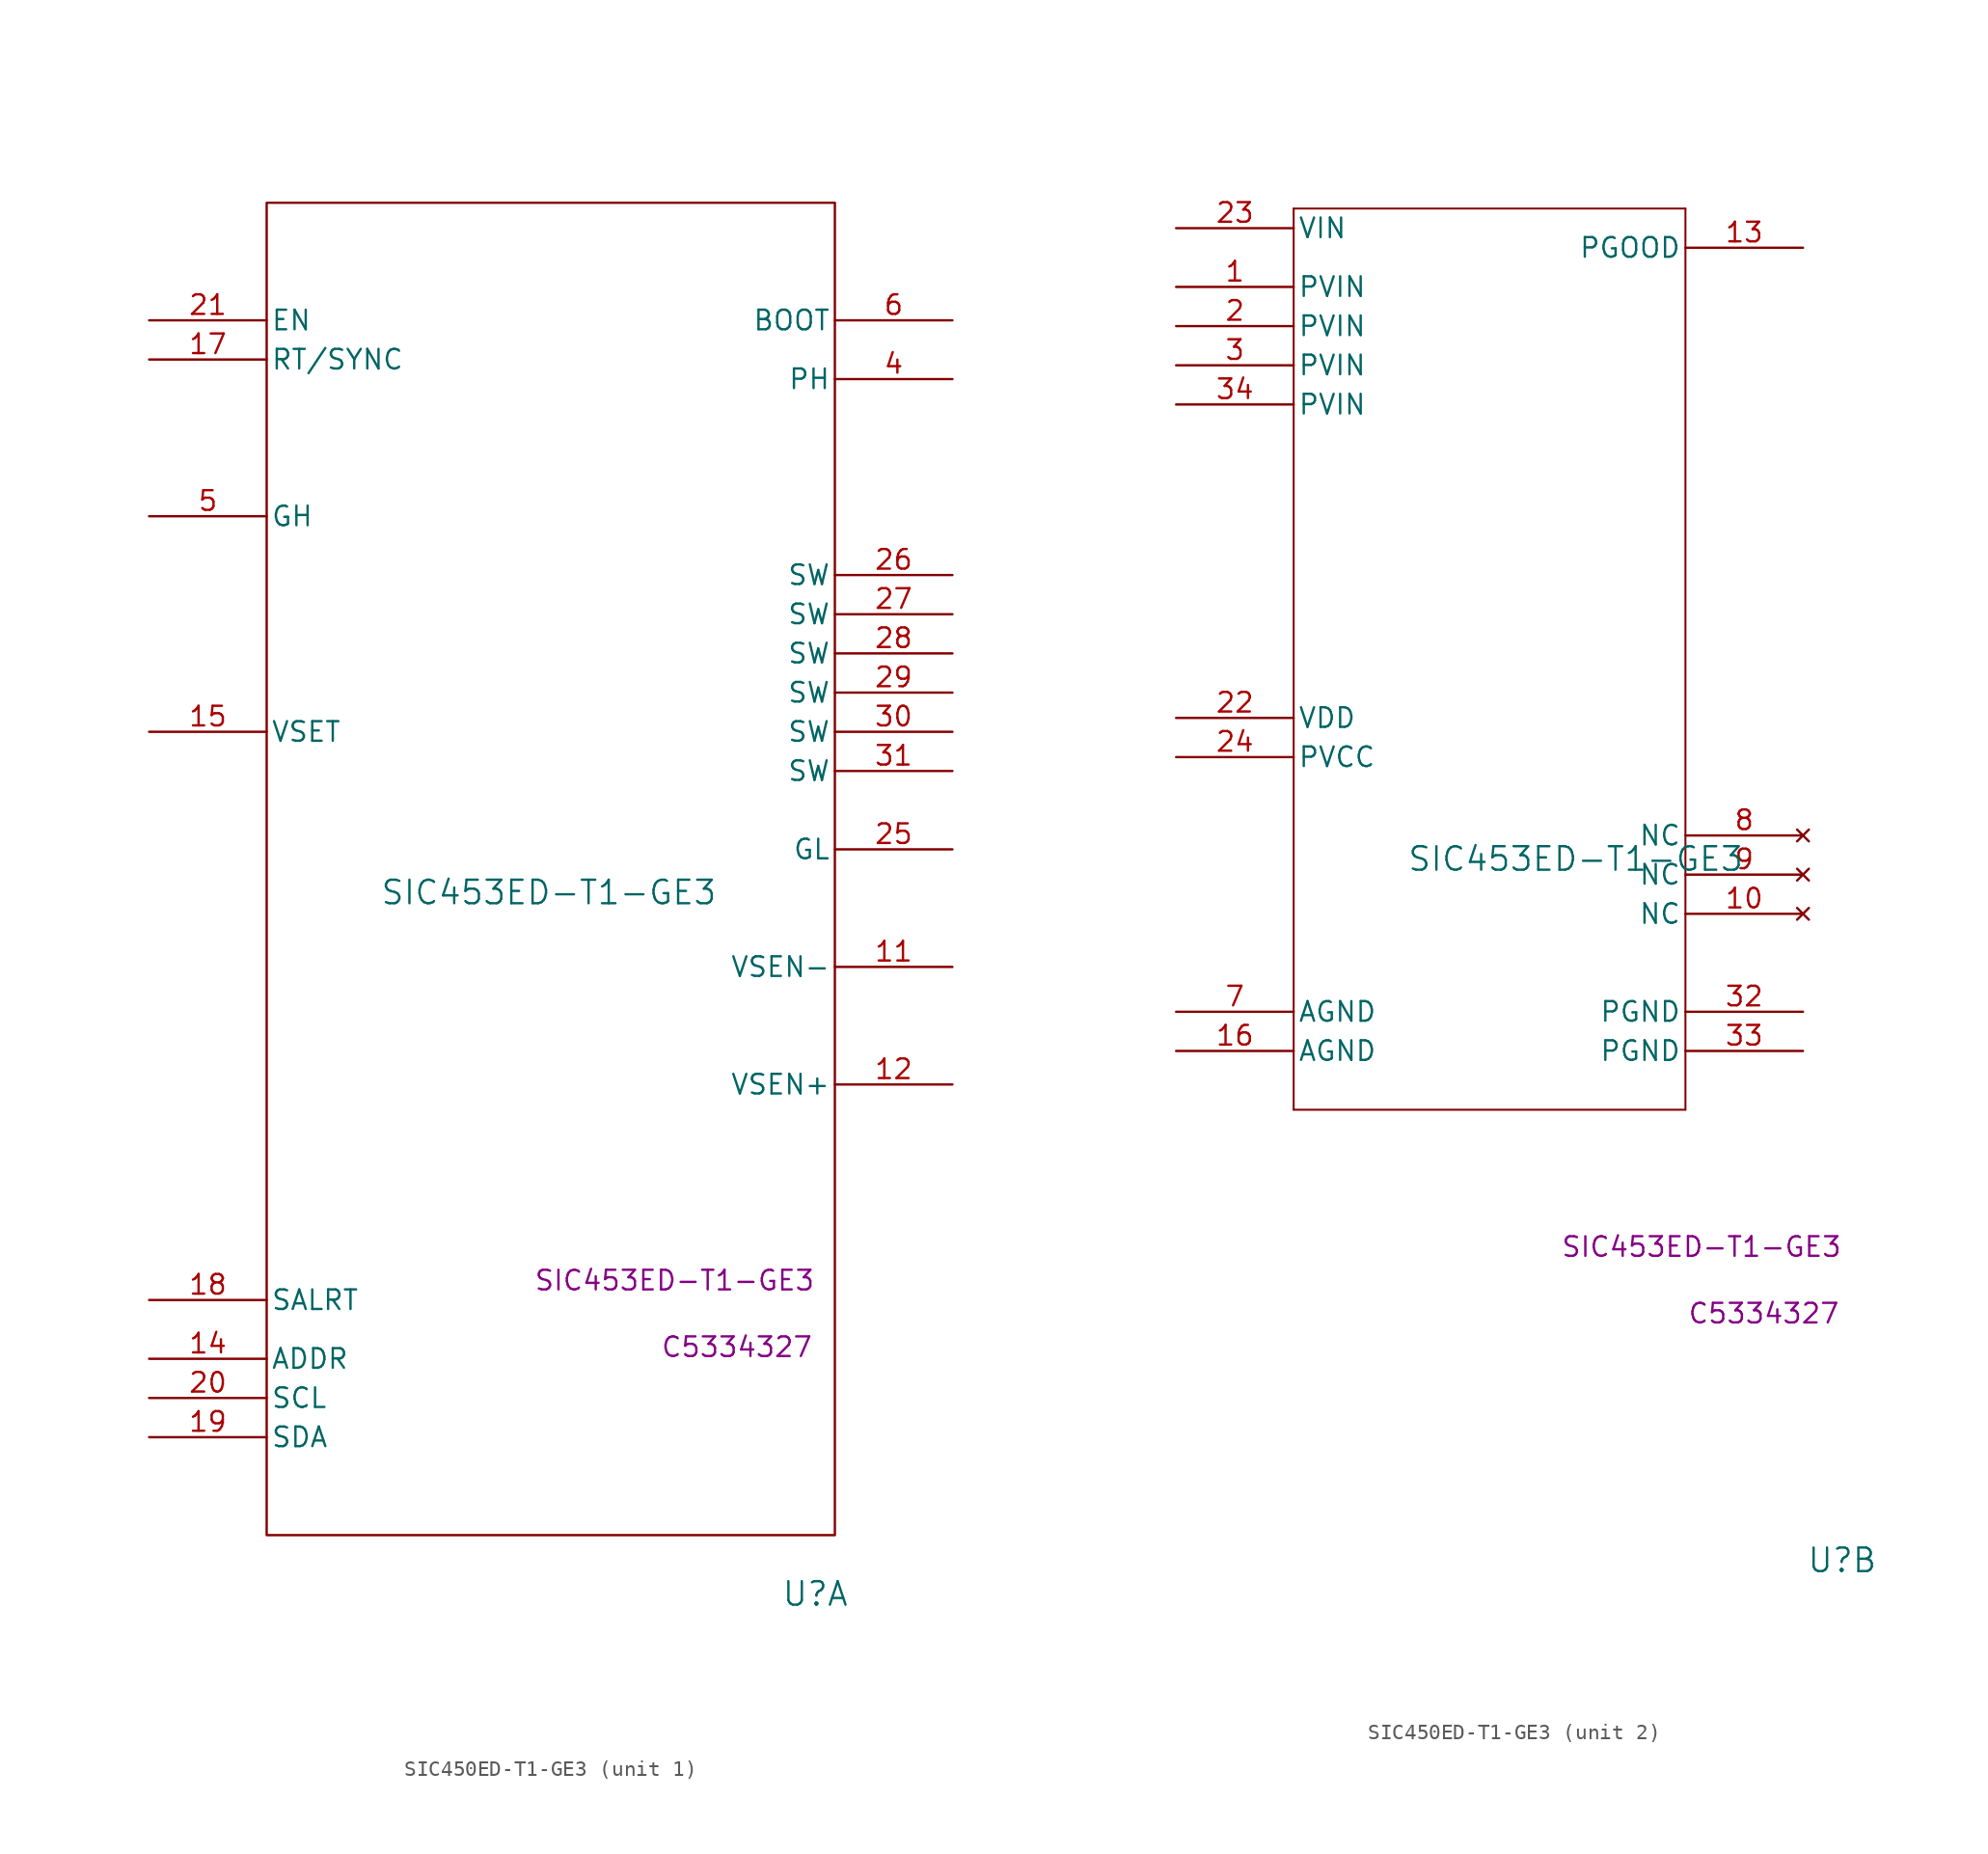
<source format=kicad_sym>
(kicad_symbol_lib
  (version 20231120)
  (generator "kicad_symbol_editor")
  (generator_version "8.0")
  (symbol "SIC450ED-T1-GE3"
    (pin_names
      (offset 0.254))
    (property "Reference" "U"
      (at 43.18 -82.55 0)
      (effects (font (size 1.524 1.524))))
    (property "Value" "SIC453ED-T1-GE3"
      (at 25.908 -37.084 0)
      (effects (font (size 1.524 1.524))))
    (property "Mfr. Part #" "SIC453ED-T1-GE3 "
      (at 34.544 -62.23 0)
      (effects (font (size 1.27 1.27))))
    (property "LCSC Part#" "C5334327"
      (at 38.1 -66.548 0)
      (effects (font (size 1.27 1.27))))
    (property "ki_locked" ""
      (at 0 0 0)
      (effects (font (size 1.27 1.27))))
    (symbol "SIC450ED-T1-GE3_1_1"
      (rectangle (start 7.62 7.62) (end 44.45 -78.74) (stroke (width 0) (type default)) (fill (type none)))
      (pin unspecified line (at 52.07 -41.91 180) (length 7.62) (name "VSEN-" (effects (font (size 1.27 1.27)))) (number "11" (effects (font (size 1.27 1.27)))))
      (pin unspecified line (at 52.07 -49.53 180) (length 7.62) (name "VSEN+" (effects (font (size 1.27 1.27)))) (number "12" (effects (font (size 1.27 1.27)))))
      (pin unspecified line (at 0 -67.31 0) (length 7.62) (name "ADDR" (effects (font (size 1.27 1.27)))) (number "14" (effects (font (size 1.27 1.27)))))
      (pin unspecified line (at 0 -26.67 0) (length 7.62) (name "VSET" (effects (font (size 1.27 1.27)))) (number "15" (effects (font (size 1.27 1.27)))))
      (pin unspecified line (at 0 -2.54 0) (length 7.62) (name "RT/SYNC" (effects (font (size 1.27 1.27)))) (number "17" (effects (font (size 1.27 1.27)))))
      (pin unspecified line (at 0 -63.5 0) (length 7.62) (name "SALRT" (effects (font (size 1.27 1.27)))) (number "18" (effects (font (size 1.27 1.27)))))
      (pin bidirectional line (at 0 -72.39 0) (length 7.62) (name "SDA" (effects (font (size 1.27 1.27)))) (number "19" (effects (font (size 1.27 1.27)))))
      (pin input line (at 0 -69.85 0) (length 7.62) (name "SCL" (effects (font (size 1.27 1.27)))) (number "20" (effects (font (size 1.27 1.27)))))
      (pin input line (at 0 0 0) (length 7.62) (name "EN" (effects (font (size 1.27 1.27)))) (number "21" (effects (font (size 1.27 1.27)))))
      (pin unspecified line (at 52.07 -34.29 180) (length 7.62) (name "GL" (effects (font (size 1.27 1.27)))) (number "25" (effects (font (size 1.27 1.27)))))
      (pin unspecified line (at 52.07 -16.51 180) (length 7.62) (name "SW" (effects (font (size 1.27 1.27)))) (number "26" (effects (font (size 1.27 1.27)))))
      (pin unspecified line (at 52.07 -19.05 180) (length 7.62) (name "SW" (effects (font (size 1.27 1.27)))) (number "27" (effects (font (size 1.27 1.27)))))
      (pin unspecified line (at 52.07 -21.59 180) (length 7.62) (name "SW" (effects (font (size 1.27 1.27)))) (number "28" (effects (font (size 1.27 1.27)))))
      (pin unspecified line (at 52.07 -24.13 180) (length 7.62) (name "SW" (effects (font (size 1.27 1.27)))) (number "29" (effects (font (size 1.27 1.27)))))
      (pin unspecified line (at 52.07 -26.67 180) (length 7.62) (name "SW" (effects (font (size 1.27 1.27)))) (number "30" (effects (font (size 1.27 1.27)))))
      (pin unspecified line (at 52.07 -29.21 180) (length 7.62) (name "SW" (effects (font (size 1.27 1.27)))) (number "31" (effects (font (size 1.27 1.27)))))
      (pin input line (at 52.07 -3.81 180) (length 7.62) (name "PH" (effects (font (size 1.27 1.27)))) (number "4" (effects (font (size 1.27 1.27)))))
      (pin input line (at 0 -12.7 0) (length 7.62) (name "GH" (effects (font (size 1.27 1.27)))) (number "5" (effects (font (size 1.27 1.27)))))
      (pin power_out line (at 52.07 0 180) (length 7.62) (name "BOOT" (effects (font (size 1.27 1.27)))) (number "6" (effects (font (size 1.27 1.27))))))
    (symbol "SIC450ED-T1-GE3_2_1"
      (polyline (pts (xy 7.62 -53.34) (xy 33.02 -53.34)) (stroke (width 0.127) (type default)) (fill (type none)))
      (polyline (pts (xy 7.62 5.08) (xy 7.62 -53.34)) (stroke (width 0.127) (type default)) (fill (type none)))
      (polyline (pts (xy 33.02 -53.34) (xy 33.02 5.08)) (stroke (width 0.127) (type default)) (fill (type none)))
      (polyline (pts (xy 33.02 5.08) (xy 7.62 5.08)) (stroke (width 0.127) (type default)) (fill (type none)))
      (pin power_in line (at 0 0 0) (length 7.62) (name "PVIN" (effects (font (size 1.27 1.27)))) (number "1" (effects (font (size 1.27 1.27)))))
      (pin no_connect line (at 40.64 -40.64 180) (length 7.62) (name "NC" (effects (font (size 1.27 1.27)))) (number "10" (effects (font (size 1.27 1.27)))))
      (pin power_in line (at 40.64 2.54 180) (length 7.62) (name "PGOOD" (effects (font (size 1.27 1.27)))) (number "13" (effects (font (size 1.27 1.27)))))
      (pin power_out line (at 0 -49.53 0) (length 7.62) (name "AGND" (effects (font (size 1.27 1.27)))) (number "16" (effects (font (size 1.27 1.27)))))
      (pin power_in line (at 0 -2.54 0) (length 7.62) (name "PVIN" (effects (font (size 1.27 1.27)))) (number "2" (effects (font (size 1.27 1.27)))))
      (pin power_in line (at 0 -27.94 0) (length 7.62) (name "VDD" (effects (font (size 1.27 1.27)))) (number "22" (effects (font (size 1.27 1.27)))))
      (pin power_in line (at 0 3.81 0) (length 7.62) (name "VIN" (effects (font (size 1.27 1.27)))) (number "23" (effects (font (size 1.27 1.27)))))
      (pin power_in line (at 0 -30.48 0) (length 7.62) (name "PVCC" (effects (font (size 1.27 1.27)))) (number "24" (effects (font (size 1.27 1.27)))))
      (pin power_in line (at 0 -5.08 0) (length 7.62) (name "PVIN" (effects (font (size 1.27 1.27)))) (number "3" (effects (font (size 1.27 1.27)))))
      (pin power_out line (at 40.64 -46.99 180) (length 7.62) (name "PGND" (effects (font (size 1.27 1.27)))) (number "32" (effects (font (size 1.27 1.27)))))
      (pin power_out line (at 40.64 -49.53 180) (length 7.62) (name "PGND" (effects (font (size 1.27 1.27)))) (number "33" (effects (font (size 1.27 1.27)))))
      (pin power_in line (at 0 -7.62 0) (length 7.62) (name "PVIN" (effects (font (size 1.27 1.27)))) (number "34" (effects (font (size 1.27 1.27)))))
      (pin power_out line (at 0 -46.99 0) (length 7.62) (name "AGND" (effects (font (size 1.27 1.27)))) (number "7" (effects (font (size 1.27 1.27)))))
      (pin no_connect line (at 40.64 -35.56 180) (length 7.62) (name "NC" (effects (font (size 1.27 1.27)))) (number "8" (effects (font (size 1.27 1.27)))))
      (pin no_connect line (at 40.64 -38.1 180) (length 7.62) (name "NC" (effects (font (size 1.27 1.27)))) (number "9" (effects (font (size 1.27 1.27))))))))
</source>
